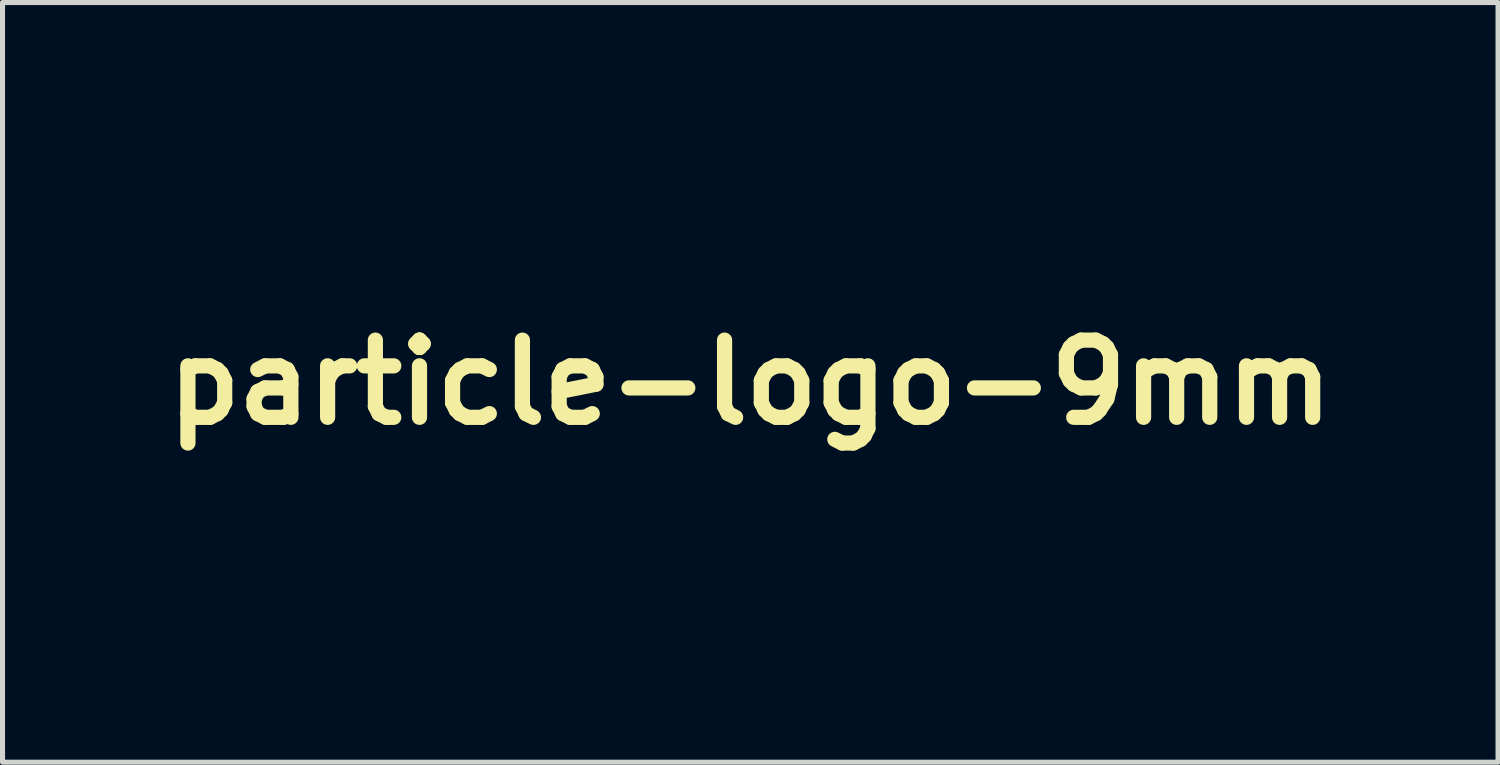
<source format=kicad_pcb>
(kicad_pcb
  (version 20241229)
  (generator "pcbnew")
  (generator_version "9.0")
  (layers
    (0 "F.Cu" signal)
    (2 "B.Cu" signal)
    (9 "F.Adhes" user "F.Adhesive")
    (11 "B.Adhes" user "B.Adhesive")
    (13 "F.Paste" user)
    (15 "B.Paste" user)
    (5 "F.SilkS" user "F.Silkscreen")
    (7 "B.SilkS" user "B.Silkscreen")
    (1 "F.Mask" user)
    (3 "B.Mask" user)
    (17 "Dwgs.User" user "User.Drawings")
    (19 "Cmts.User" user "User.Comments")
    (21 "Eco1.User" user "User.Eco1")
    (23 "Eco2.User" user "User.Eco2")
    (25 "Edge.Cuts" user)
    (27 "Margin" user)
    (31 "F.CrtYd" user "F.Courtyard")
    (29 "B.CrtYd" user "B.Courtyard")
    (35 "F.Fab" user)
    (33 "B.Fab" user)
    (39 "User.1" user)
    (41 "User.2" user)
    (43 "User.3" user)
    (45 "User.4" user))
  (footprint "particle-logo-9mm"
    (layer "F.Cu")
    (at 11.764 4.5)
    (property "Reference" "particle-logo-9mm" (at 0 0 0) (layer "F.SilkS") (effects (font (size 1.524 1.524) (thickness 0.3))))
    (attr through_hole)
    (fp_poly (pts (xy -2.102 -0.503) (xy -2.087 -0.482) (xy -2.064 -0.45) (xy -2.036 -0.409) (xy -2.005 -0.362) (xy -1.971 -0.31) (xy -1.936 -0.255) (xy -1.901 -0.201) (xy -1.869 -0.149) (xy -1.839 -0.1) (xy -1.814 -0.059) (xy -1.794 -0.025) (xy -1.782 -0.003) (xy -1.779 0.007) (xy -1.784 0.017) (xy -1.799 0.04) (xy -1.821 0.075) (xy -1.849 0.119) (xy -1.882 0.171) (xy -1.919 0.228) (xy -1.943 0.266) (xy -1.988 0.336) (xy -2.026 0.393) (xy -2.055 0.437) (xy -2.079 0.47) (xy -2.096 0.492) (xy -2.108 0.506) (xy -2.117 0.512) (xy -2.121 0.512) (xy -2.14 0.51) (xy -2.168 0.504) (xy -2.189 0.5) (xy -2.215 0.494) (xy -2.255 0.485) (xy -2.308 0.473) (xy -2.376 0.459) (xy -2.459 0.441) (xy -2.557 0.42) (xy -2.671 0.395) (xy -2.802 0.367) (xy -2.878 0.351) (xy -2.948 0.336) (xy -3.032 0.318) (xy -3.129 0.297) (xy -3.236 0.274) (xy -3.349 0.25) (xy -3.467 0.225) (xy -3.585 0.199) (xy -3.703 0.174) (xy -3.816 0.15) (xy -3.923 0.127) (xy -4.02 0.106) (xy -4.105 0.087) (xy -4.157 0.076) (xy -4.207 0.066) (xy -4.266 0.053) (xy -4.327 0.04) (xy -4.375 0.03) (xy -4.419 0.02) (xy -4.455 0.012) (xy -4.481 0.005) (xy -4.494 0.001) (xy -4.495 0) (xy -4.486 -0.004) (xy -4.464 -0.01) (xy -4.43 -0.018) (xy -4.388 -0.027) (xy -4.375 -0.03) (xy -4.319 -0.042) (xy -4.258 -0.055) (xy -4.199 -0.067) (xy -4.157 -0.076) (xy -4.112 -0.086) (xy -4.05 -0.099) (xy -3.975 -0.115) (xy -3.887 -0.134) (xy -3.789 -0.155) (xy -3.682 -0.178) (xy -3.567 -0.203) (xy -3.447 -0.229) (xy -3.323 -0.255) (xy -3.197 -0.283) (xy -3.071 -0.31) (xy -2.946 -0.336) (xy -2.824 -0.363) (xy -2.708 -0.388) (xy -2.644 -0.401) (xy -2.549 -0.422) (xy -2.46 -0.441) (xy -2.377 -0.458) (xy -2.303 -0.474) (xy -2.238 -0.487) (xy -2.185 -0.498) (xy -2.145 -0.505) (xy -2.12 -0.51) (xy -2.11 -0.511) (xy -2.102 -0.503)) (stroke (width 0.01) (type solid)) (fill yes) (layer "F.Mask"))
    (fp_poly (pts (xy 0.027 1.79) (xy 0.047 1.802) (xy 0.079 1.821) (xy 0.119 1.847) (xy 0.165 1.877) (xy 0.216 1.909) (xy 0.268 1.943) (xy 0.321 1.978) (xy 0.371 2.011) (xy 0.417 2.041) (xy 0.456 2.067) (xy 0.486 2.088) (xy 0.505 2.101) (xy 0.511 2.106) (xy 0.51 2.116) (xy 0.505 2.142) (xy 0.497 2.182) (xy 0.487 2.233) (xy 0.474 2.295) (xy 0.46 2.364) (xy 0.443 2.44) (xy 0.436 2.473) (xy 0.418 2.56) (xy 0.398 2.65) (xy 0.379 2.739) (xy 0.361 2.823) (xy 0.345 2.9) (xy 0.331 2.966) (xy 0.32 3.017) (xy 0.311 3.058) (xy 0.299 3.114) (xy 0.284 3.184) (xy 0.267 3.265) (xy 0.247 3.356) (xy 0.226 3.455) (xy 0.204 3.559) (xy 0.18 3.667) (xy 0.157 3.777) (xy 0.145 3.833) (xy 0.122 3.938) (xy 0.101 4.037) (xy 0.081 4.13) (xy 0.063 4.215) (xy 0.047 4.29) (xy 0.034 4.355) (xy 0.023 4.408) (xy 0.015 4.448) (xy 0.01 4.472) (xy 0.009 4.48) (xy 0.006 4.493) (xy 0.002 4.495) (xy -0.002 4.486) (xy -0.009 4.464) (xy -0.018 4.431) (xy -0.024 4.402) (xy -0.037 4.345) (xy -0.052 4.272) (xy -0.071 4.186) (xy -0.092 4.088) (xy -0.115 3.981) (xy -0.139 3.867) (xy -0.157 3.783) (xy -0.173 3.709) (xy -0.191 3.626) (xy -0.21 3.54) (xy -0.227 3.459) (xy -0.24 3.4) (xy -0.255 3.33) (xy -0.271 3.252) (xy -0.288 3.174) (xy -0.304 3.101) (xy -0.315 3.049) (xy -0.325 3.004) (xy -0.337 2.944) (xy -0.353 2.873) (xy -0.37 2.793) (xy -0.388 2.707) (xy -0.407 2.618) (xy -0.426 2.529) (xy -0.432 2.505) (xy -0.449 2.424) (xy -0.465 2.349) (xy -0.479 2.281) (xy -0.492 2.222) (xy -0.501 2.173) (xy -0.509 2.138) (xy -0.513 2.117) (xy -0.513 2.112) (xy -0.506 2.105) (xy -0.485 2.089) (xy -0.453 2.066) (xy -0.411 2.036) (xy -0.36 2.003) (xy -0.303 1.965) (xy -0.259 1.936) (xy -0.005 1.772) (xy 0.027 1.79)) (stroke (width 0.01) (type solid)) (fill yes) (layer "F.Mask"))
    (fp_poly (pts (xy 0.008 -4.487) (xy 0.009 -4.479) (xy 0.011 -4.468) (xy 0.016 -4.441) (xy 0.025 -4.399) (xy 0.036 -4.344) (xy 0.05 -4.277) (xy 0.067 -4.199) (xy 0.085 -4.112) (xy 0.105 -4.018) (xy 0.127 -3.918) (xy 0.145 -3.833) (xy 0.168 -3.723) (xy 0.192 -3.614) (xy 0.215 -3.508) (xy 0.237 -3.406) (xy 0.257 -3.311) (xy 0.276 -3.224) (xy 0.292 -3.148) (xy 0.305 -3.085) (xy 0.316 -3.036) (xy 0.32 -3.017) (xy 0.331 -2.965) (xy 0.345 -2.899) (xy 0.362 -2.822) (xy 0.38 -2.738) (xy 0.399 -2.649) (xy 0.418 -2.559) (xy 0.436 -2.474) (xy 0.453 -2.396) (xy 0.468 -2.323) (xy 0.482 -2.258) (xy 0.494 -2.202) (xy 0.503 -2.158) (xy 0.51 -2.126) (xy 0.513 -2.109) (xy 0.513 -2.107) (xy 0.506 -2.099) (xy 0.489 -2.085) (xy 0.48 -2.079) (xy 0.463 -2.069) (xy 0.434 -2.051) (xy 0.395 -2.025) (xy 0.347 -1.995) (xy 0.293 -1.96) (xy 0.235 -1.923) (xy 0.226 -1.917) (xy 0.169 -1.88) (xy 0.118 -1.848) (xy 0.073 -1.819) (xy 0.036 -1.797) (xy 0.01 -1.782) (xy -0.003 -1.775) (xy -0.004 -1.775) (xy -0.013 -1.78) (xy -0.036 -1.794) (xy -0.071 -1.815) (xy -0.114 -1.842) (xy -0.166 -1.875) (xy -0.223 -1.912) (xy -0.261 -1.937) (xy -0.321 -1.976) (xy -0.376 -2.012) (xy -0.423 -2.045) (xy -0.463 -2.072) (xy -0.491 -2.093) (xy -0.508 -2.106) (xy -0.511 -2.109) (xy -0.51 -2.12) (xy -0.505 -2.147) (xy -0.497 -2.188) (xy -0.487 -2.241) (xy -0.474 -2.303) (xy -0.459 -2.375) (xy -0.443 -2.452) (xy -0.432 -2.504) (xy -0.413 -2.592) (xy -0.394 -2.681) (xy -0.375 -2.768) (xy -0.358 -2.85) (xy -0.342 -2.925) (xy -0.328 -2.988) (xy -0.317 -3.037) (xy -0.315 -3.049) (xy -0.301 -3.112) (xy -0.286 -3.186) (xy -0.269 -3.265) (xy -0.252 -3.341) (xy -0.24 -3.4) (xy -0.224 -3.473) (xy -0.206 -3.555) (xy -0.188 -3.641) (xy -0.17 -3.723) (xy -0.157 -3.783) (xy -0.132 -3.901) (xy -0.108 -4.013) (xy -0.085 -4.117) (xy -0.065 -4.212) (xy -0.047 -4.294) (xy -0.033 -4.363) (xy -0.024 -4.402) (xy -0.016 -4.44) (xy -0.008 -4.471) (xy -0.001 -4.49) (xy 0.002 -4.495) (xy 0.008 -4.487)) (stroke (width 0.01) (type solid)) (fill yes) (layer "F.Mask"))
    (fp_poly (pts (xy 2.114 -0.513) (xy 2.127 -0.51) (xy 2.147 -0.506) (xy 2.176 -0.501) (xy 2.215 -0.493) (xy 2.264 -0.482) (xy 2.324 -0.47) (xy 2.396 -0.454) (xy 2.482 -0.436) (xy 2.581 -0.415) (xy 2.695 -0.39) (xy 2.824 -0.362) (xy 2.97 -0.331) (xy 3.022 -0.32) (xy 3.128 -0.297) (xy 3.231 -0.275) (xy 3.331 -0.253) (xy 3.424 -0.233) (xy 3.51 -0.215) (xy 3.586 -0.198) (xy 3.651 -0.184) (xy 3.703 -0.173) (xy 3.74 -0.166) (xy 3.751 -0.163) (xy 3.789 -0.155) (xy 3.841 -0.144) (xy 3.904 -0.13) (xy 3.976 -0.115) (xy 4.053 -0.099) (xy 4.132 -0.082) (xy 4.181 -0.071) (xy 4.254 -0.056) (xy 4.32 -0.041) (xy 4.379 -0.028) (xy 4.427 -0.017) (xy 4.464 -0.008) (xy 4.487 -0.003) (xy 4.494 0) (xy 4.486 0.003) (xy 4.462 0.009) (xy 4.424 0.018) (xy 4.375 0.029) (xy 4.315 0.042) (xy 4.248 0.057) (xy 4.181 0.071) (xy 4.103 0.088) (xy 4.024 0.105) (xy 3.949 0.121) (xy 3.88 0.136) (xy 3.82 0.148) (xy 3.773 0.158) (xy 3.751 0.163) (xy 3.723 0.169) (xy 3.678 0.179) (xy 3.619 0.191) (xy 3.548 0.207) (xy 3.467 0.224) (xy 3.377 0.243) (xy 3.28 0.264) (xy 3.178 0.286) (xy 3.073 0.309) (xy 3.022 0.32) (xy 2.87 0.352) (xy 2.736 0.381) (xy 2.617 0.407) (xy 2.513 0.429) (xy 2.423 0.448) (xy 2.346 0.465) (xy 2.282 0.478) (xy 2.23 0.489) (xy 2.188 0.498) (xy 2.156 0.505) (xy 2.132 0.509) (xy 2.117 0.512) (xy 2.11 0.513) (xy 2.108 0.513) (xy 2.102 0.506) (xy 2.087 0.485) (xy 2.064 0.453) (xy 2.036 0.411) (xy 2.002 0.36) (xy 1.965 0.304) (xy 1.937 0.261) (xy 1.898 0.201) (xy 1.863 0.145) (xy 1.832 0.095) (xy 1.806 0.054) (xy 1.788 0.024) (xy 1.777 0.005) (xy 1.774 0) (xy 1.779 -0.01) (xy 1.792 -0.033) (xy 1.813 -0.066) (xy 1.839 -0.107) (xy 1.869 -0.155) (xy 1.903 -0.207) (xy 1.937 -0.261) (xy 1.973 -0.315) (xy 2.006 -0.366) (xy 2.038 -0.413) (xy 2.065 -0.453) (xy 2.087 -0.485) (xy 2.102 -0.506) (xy 2.108 -0.513) (xy 2.108 -0.513) (xy 2.114 -0.513)) (stroke (width 0.01) (type solid)) (fill yes) (layer "F.Mask"))
    (fp_poly (pts (xy 3.172 -3.169) (xy 3.16 -3.148) (xy 3.141 -3.117) (xy 3.116 -3.078) (xy 3.087 -3.033) (xy 3.083 -3.026) (xy 3.061 -2.992) (xy 3.03 -2.944) (xy 2.991 -2.884) (xy 2.945 -2.812) (xy 2.892 -2.73) (xy 2.834 -2.64) (xy 2.771 -2.542) (xy 2.704 -2.439) (xy 2.633 -2.33) (xy 2.561 -2.218) (xy 2.487 -2.103) (xy 2.412 -1.988) (xy 2.338 -1.873) (xy 2.265 -1.76) (xy 2.193 -1.649) (xy 2.125 -1.543) (xy 2.06 -1.443) (xy 1.999 -1.349) (xy 1.944 -1.263) (xy 1.894 -1.187) (xy 1.852 -1.121) (xy 1.837 -1.099) (xy 1.787 -1.021) (xy 1.733 -0.938) (xy 1.678 -0.853) (xy 1.625 -0.77) (xy 1.574 -0.692) (xy 1.53 -0.623) (xy 1.502 -0.581) (xy 1.458 -0.512) (xy 1.409 -0.437) (xy 1.359 -0.359) (xy 1.311 -0.284) (xy 1.267 -0.217) (xy 1.245 -0.182) (xy 1.127 -0.000058) (xy 1.402 0.426) (xy 1.455 0.508) (xy 1.507 0.588) (xy 1.557 0.665) (xy 1.603 0.737) (xy 1.645 0.802) (xy 1.681 0.857) (xy 1.71 0.902) (xy 1.731 0.935) (xy 1.739 0.946) (xy 1.763 0.983) (xy 1.794 1.031) (xy 1.83 1.086) (xy 1.867 1.145) (xy 1.904 1.202) (xy 1.911 1.211) (xy 1.931 1.244) (xy 1.961 1.29) (xy 1.999 1.349) (xy 2.044 1.418) (xy 2.095 1.498) (xy 2.152 1.586) (xy 2.213 1.68) (xy 2.278 1.781) (xy 2.346 1.885) (xy 2.416 1.993) (xy 2.486 2.102) (xy 2.504 2.13) (xy 2.599 2.277) (xy 2.684 2.409) (xy 2.761 2.527) (xy 2.829 2.633) (xy 2.889 2.726) (xy 2.942 2.808) (xy 2.988 2.879) (xy 3.028 2.941) (xy 3.062 2.993) (xy 3.09 3.037) (xy 3.113 3.073) (xy 3.132 3.103) (xy 3.146 3.126) (xy 3.157 3.143) (xy 3.165 3.156) (xy 3.171 3.166) (xy 3.174 3.171) (xy 3.175 3.175) (xy 3.176 3.177) (xy 3.176 3.177) (xy 3.175 3.178) (xy 3.167 3.175) (xy 3.148 3.164) (xy 3.122 3.147) (xy 3.119 3.146) (xy 3.102 3.134) (xy 3.071 3.114) (xy 3.028 3.086) (xy 2.975 3.051) (xy 2.913 3.011) (xy 2.843 2.966) (xy 2.769 2.918) (xy 2.69 2.867) (xy 2.648 2.84) (xy 2.556 2.78) (xy 2.456 2.716) (xy 2.353 2.65) (xy 2.25 2.583) (xy 2.149 2.518) (xy 2.055 2.457) (xy 1.969 2.401) (xy 1.905 2.36) (xy 1.83 2.311) (xy 1.742 2.254) (xy 1.646 2.192) (xy 1.545 2.127) (xy 1.441 2.06) (xy 1.339 1.994) (xy 1.241 1.93) (xy 1.166 1.882) (xy 1.072 1.821) (xy 0.967 1.754) (xy 0.857 1.683) (xy 0.745 1.61) (xy 0.635 1.539) (xy 0.53 1.471) (xy 0.434 1.409) (xy 0.375 1.371) (xy -0.002 1.127) (xy -0.197 1.254) (xy -0.25 1.288) (xy -0.314 1.33) (xy -0.388 1.378) (xy -0.468 1.43) (xy -0.55 1.483) (xy -0.632 1.536) (xy -0.71 1.586) (xy -0.712 1.587) (xy -0.789 1.637) (xy -0.87 1.69) (xy -0.952 1.742) (xy -1.03 1.793) (xy -1.103 1.84) (xy -1.167 1.881) (xy -1.219 1.915) (xy -1.22 1.916) (xy -1.424 2.048) (xy -1.613 2.17) (xy -1.788 2.283) (xy -1.95 2.388) (xy -2.098 2.484) (xy -2.235 2.572) (xy -2.359 2.652) (xy -2.472 2.725) (xy -2.574 2.791) (xy -2.666 2.85) (xy -2.748 2.903) (xy -2.821 2.95) (xy -2.885 2.992) (xy -2.941 3.028) (xy -2.99 3.059) (xy -3.031 3.086) (xy -3.067 3.109) (xy -3.096 3.127) (xy -3.12 3.142) (xy -3.138 3.154) (xy -3.153 3.163) (xy -3.164 3.17) (xy -3.172 3.175) (xy -3.176 3.177) (xy -3.179 3.179) (xy -3.18 3.179) (xy -3.18 3.178) (xy -3.18 3.177) (xy -3.18 3.176) (xy -3.18 3.176) (xy -3.175 3.168) (xy -3.161 3.146) (xy -3.14 3.113) (xy -3.113 3.07) (xy -3.08 3.019) (xy -3.044 2.961) (xy -3.014 2.916) (xy -2.98 2.863) (xy -2.936 2.796) (xy -2.886 2.718) (xy -2.831 2.632) (xy -2.771 2.54) (xy -2.708 2.444) (xy -2.645 2.345) (xy -2.581 2.247) (xy -2.519 2.151) (xy -2.518 2.148) (xy -2.454 2.05) (xy -2.389 1.949) (xy -2.322 1.846) (xy -2.256 1.743) (xy -2.192 1.644) (xy -2.131 1.551) (xy -2.076 1.466) (xy -2.028 1.391) (xy -1.991 1.333) (xy -1.878 1.159) (xy -1.775 0.999) (xy -1.681 0.854) (xy -1.595 0.722) (xy -1.519 0.603) (xy -1.45 0.496) (xy -1.389 0.402) (xy -1.336 0.319) (xy -1.289 0.247) (xy -1.25 0.185) (xy -1.217 0.133) (xy -1.19 0.091) (xy -1.169 0.057) (xy -1.153 0.032) (xy -1.142 0.014) (xy -1.136 0.004) (xy -1.135 0.000304) (xy -1.14 -0.009) (xy -1.153 -0.032) (xy -1.175 -0.066) (xy -1.203 -0.112) (xy -1.238 -0.167) (xy -1.278 -0.229) (xy -1.322 -0.298) (xy -1.369 -0.371) (xy -1.375 -0.38) (xy -1.645 -0.798) (xy -1.922 -1.227) (xy -2.203 -1.662) (xy -2.319 -1.842) (xy -2.377 -1.93) (xy -2.438 -2.025) (xy -2.501 -2.122) (xy -2.564 -2.22) (xy -2.624 -2.313) (xy -2.681 -2.4) (xy -2.73 -2.478) (xy -2.756 -2.517) (xy -2.804 -2.592) (xy -2.855 -2.671) (xy -2.906 -2.75) (xy -2.956 -2.826) (xy -3.001 -2.896) (xy -3.04 -2.957) (xy -3.061 -2.989) (xy -3.094 -3.04) (xy -3.123 -3.086) (xy -3.147 -3.125) (xy -3.165 -3.154) (xy -3.175 -3.171) (xy -3.177 -3.176) (xy -3.169 -3.172) (xy -3.148 -3.16) (xy -3.117 -3.141) (xy -3.078 -3.116) (xy -3.033 -3.087) (xy -3.026 -3.083) (xy -2.986 -3.057) (xy -2.932 -3.022) (xy -2.866 -2.98) (xy -2.791 -2.931) (xy -2.706 -2.877) (xy -2.615 -2.818) (xy -2.519 -2.756) (xy -2.419 -2.691) (xy -2.317 -2.625) (xy -2.214 -2.559) (xy -2.114 -2.494) (xy -2.016 -2.43) (xy -1.922 -2.37) (xy -1.835 -2.314) (xy -1.756 -2.263) (xy -1.687 -2.218) (xy -1.635 -2.184) (xy -1.583 -2.151) (xy -1.518 -2.109) (xy -1.443 -2.06) (xy -1.361 -2.007) (xy -1.273 -1.95) (xy -1.181 -1.891) (xy -1.09 -1.832) (xy -1 -1.774) (xy -0.973 -1.756) (xy -0.882 -1.698) (xy -0.787 -1.636) (xy -0.691 -1.574) (xy -0.596 -1.513) (xy -0.504 -1.454) (xy -0.42 -1.399) (xy -0.344 -1.35) (xy -0.281 -1.309) (xy -0.269 -1.301) (xy -0.002 -1.128) (xy 0.082 -1.182) (xy 0.111 -1.201) (xy 0.154 -1.229) (xy 0.209 -1.264) (xy 0.275 -1.306) (xy 0.349 -1.355) (xy 0.432 -1.408) (xy 0.521 -1.465) (xy 0.614 -1.526) (xy 0.711 -1.588) (xy 0.809 -1.652) (xy 0.908 -1.715) (xy 1.006 -1.778) (xy 1.1 -1.84) (xy 1.191 -1.898) (xy 1.276 -1.953) (xy 1.354 -2.004) (xy 1.423 -2.049) (xy 1.459 -2.072) (xy 1.522 -2.112) (xy 1.598 -2.161) (xy 1.684 -2.217) (xy 1.778 -2.278) (xy 1.877 -2.342) (xy 1.98 -2.408) (xy 2.083 -2.475) (xy 2.184 -2.54) (xy 2.274 -2.599) (xy 2.368 -2.659) (xy 2.462 -2.72) (xy 2.554 -2.779) (xy 2.644 -2.837) (xy 2.728 -2.892) (xy 2.805 -2.942) (xy 2.873 -2.986) (xy 2.93 -3.023) (xy 2.974 -3.051) (xy 2.98 -3.055) (xy 3.033 -3.089) (xy 3.08 -3.119) (xy 3.12 -3.144) (xy 3.15 -3.163) (xy 3.17 -3.174) (xy 3.176 -3.177) (xy 3.172 -3.169)) (stroke (width 0.01) (type solid)) (fill yes) (layer "F.Mask")))
  (gr_rect
    (start -3 -3)
    (end 26.528 11.999)
    (stroke (width 0.1) (type default))
    (fill no)
    (layer "Edge.Cuts")))
</source>
